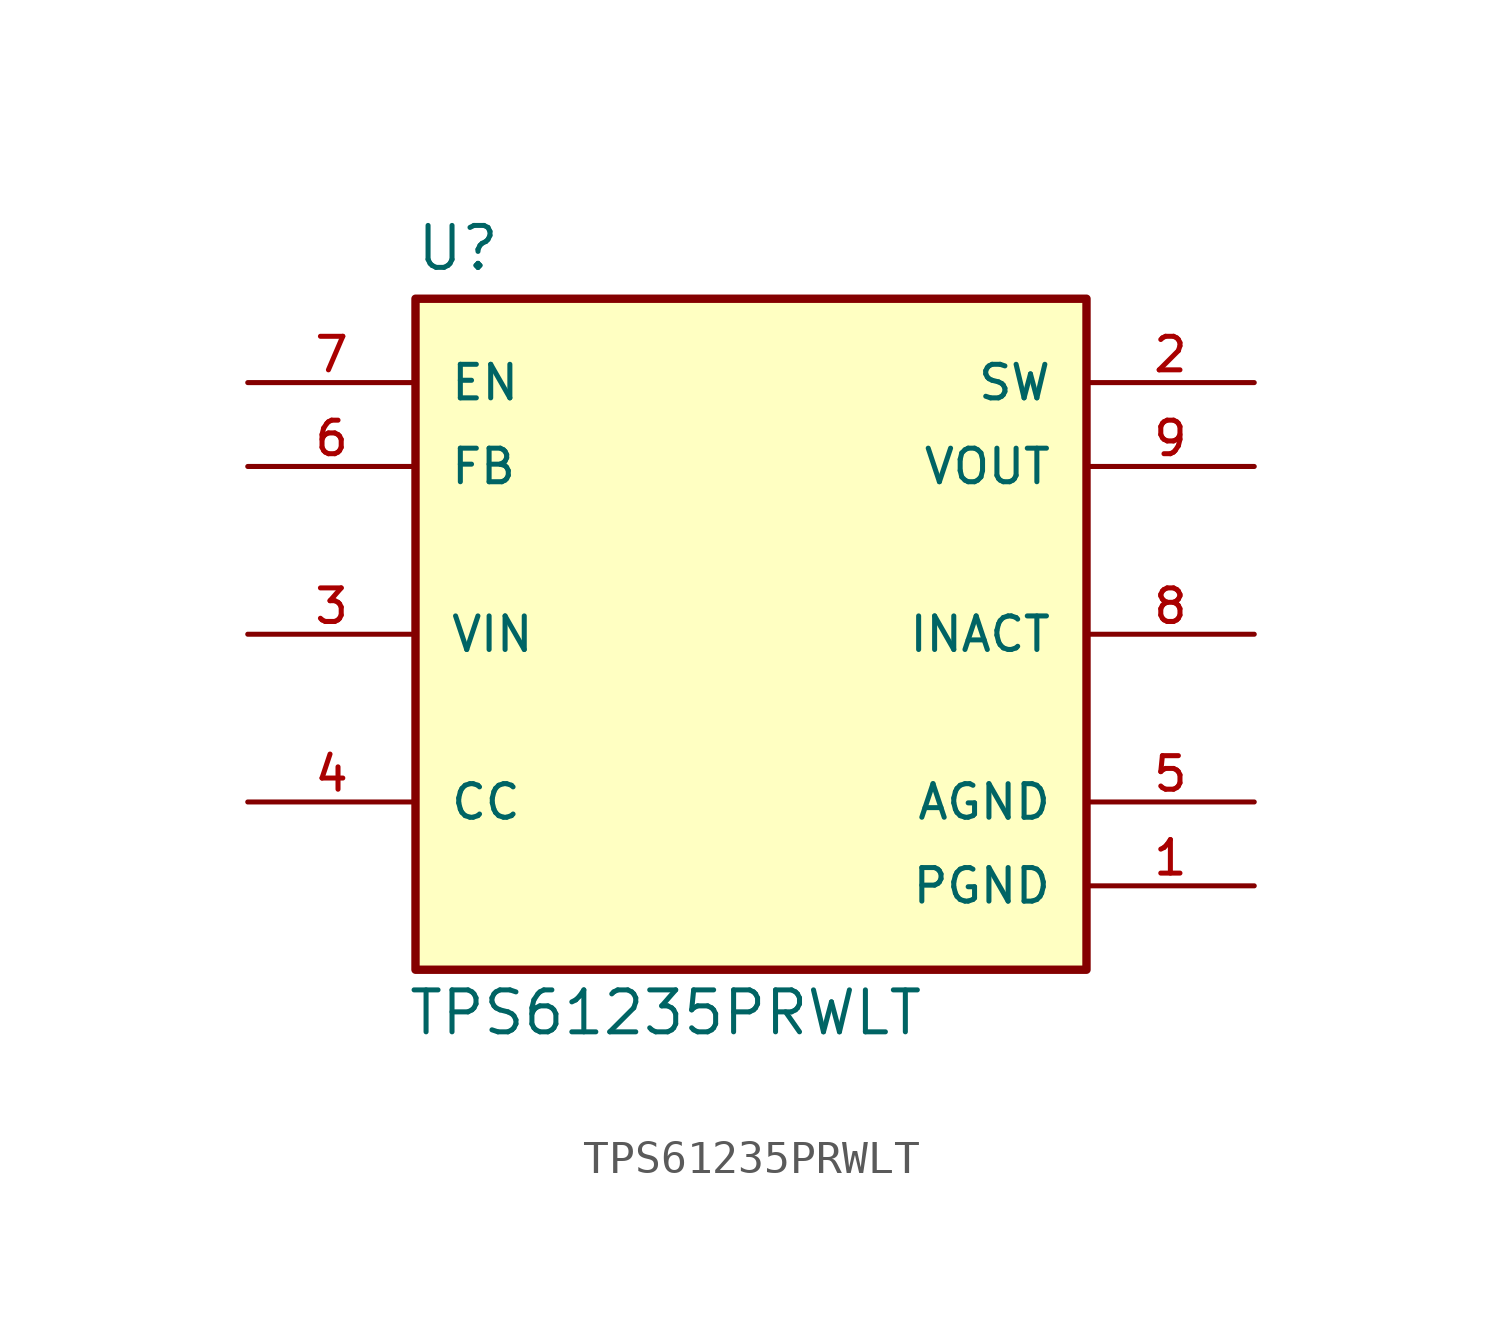
<source format=kicad_sym>
(kicad_symbol_lib
  (version 20211014)
  (generator kicad_symbol_editor)
  (symbol "TPS61235PRWLT"
    (pin_names
      (offset 1.016))
    (property "Reference" "U"
      (at -10.182 10.946 0)
      (effects (font (size 1.27 1.27)) (justify bottom left)))
    (property "Value" "TPS61235PRWLT"
      (at -10.424 -12.204 0)
      (effects (font (size 1.27 1.27)) (justify bottom left)))
    (symbol "TPS61235PRWLT_0_0"
      (rectangle (start -10.16 -10.16) (end 10.16 10.16) (stroke (width 0.254)) (fill (type background)))
      (pin power_in line (at 15.24 -7.62 180.0) (length 5.08) (name "PGND" (effects (font (size 1.016 1.016)))) (number "1" (effects (font (size 1.016 1.016)))))
      (pin power_in line (at 15.24 7.62 180.0) (length 5.08) (name "SW" (effects (font (size 1.016 1.016)))) (number "2" (effects (font (size 1.016 1.016)))))
      (pin input line (at -15.24 0.0 0) (length 5.08) (name "VIN" (effects (font (size 1.016 1.016)))) (number "3" (effects (font (size 1.016 1.016)))))
      (pin input line (at -15.24 -5.08 0) (length 5.08) (name "CC" (effects (font (size 1.016 1.016)))) (number "4" (effects (font (size 1.016 1.016)))))
      (pin power_in line (at 15.24 -5.08 180.0) (length 5.08) (name "AGND" (effects (font (size 1.016 1.016)))) (number "5" (effects (font (size 1.016 1.016)))))
      (pin input line (at -15.24 5.08 0) (length 5.08) (name "FB" (effects (font (size 1.016 1.016)))) (number "6" (effects (font (size 1.016 1.016)))))
      (pin input line (at -15.24 7.62 0) (length 5.08) (name "EN" (effects (font (size 1.016 1.016)))) (number "7" (effects (font (size 1.016 1.016)))))
      (pin output line (at 15.24 0.0 180.0) (length 5.08) (name "INACT" (effects (font (size 1.016 1.016)))) (number "8" (effects (font (size 1.016 1.016)))))
      (pin power_in line (at 15.24 5.08 180.0) (length 5.08) (name "VOUT" (effects (font (size 1.016 1.016)))) (number "9" (effects (font (size 1.016 1.016))))))))
</source>
